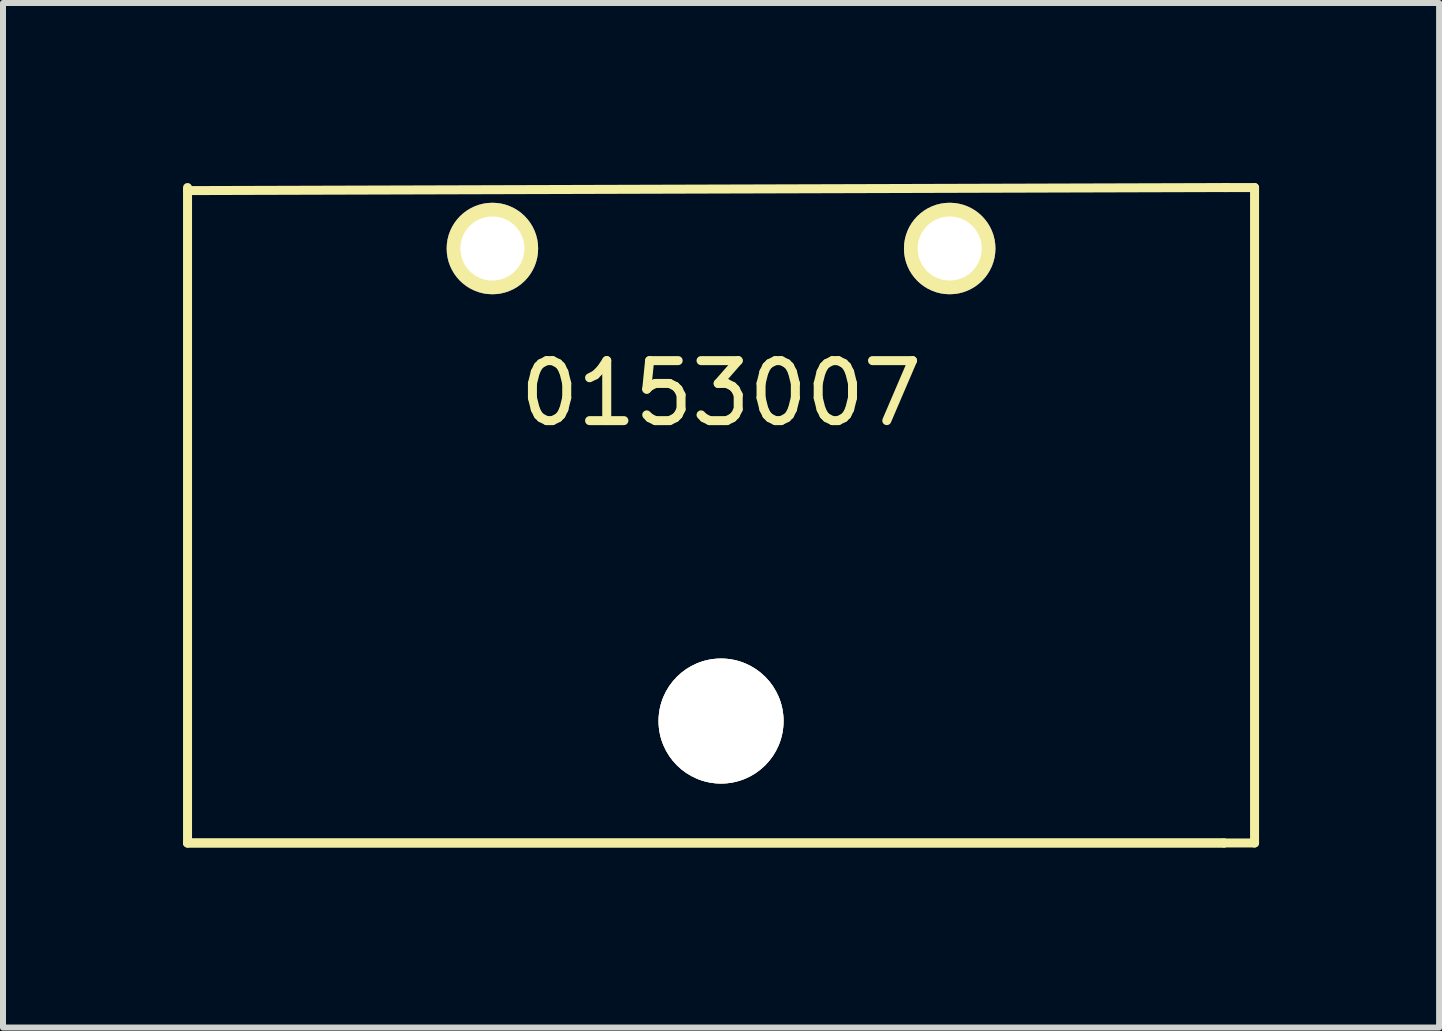
<source format=kicad_pcb>
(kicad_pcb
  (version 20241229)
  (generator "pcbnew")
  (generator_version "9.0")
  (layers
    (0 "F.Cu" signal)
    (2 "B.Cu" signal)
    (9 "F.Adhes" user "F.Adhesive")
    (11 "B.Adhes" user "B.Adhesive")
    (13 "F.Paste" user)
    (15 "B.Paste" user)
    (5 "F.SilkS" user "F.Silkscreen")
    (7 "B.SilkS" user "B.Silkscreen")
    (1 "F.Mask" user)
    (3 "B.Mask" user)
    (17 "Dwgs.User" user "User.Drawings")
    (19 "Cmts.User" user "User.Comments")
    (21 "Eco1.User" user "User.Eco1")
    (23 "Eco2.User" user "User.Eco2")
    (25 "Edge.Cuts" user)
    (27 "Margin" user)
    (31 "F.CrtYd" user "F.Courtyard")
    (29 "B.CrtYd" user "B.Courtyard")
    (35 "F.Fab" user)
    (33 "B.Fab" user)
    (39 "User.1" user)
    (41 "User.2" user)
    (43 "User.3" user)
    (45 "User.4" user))
  (footprint "0153007"
    (layer "F.Cu")
    (at 8.965 1.091)
    (property "Reference" "0153007" (at 0 2.413 0) (layer "F.SilkS") (effects (font (size 1 1) (thickness 0.15))))
    (attr through_hole)
    (fp_line (start -8.89 -0.965) (end 8.433 -1.016) (stroke (width 0.15) (type solid)) (layer "F.SilkS"))
    (fp_line (start -8.89 9.906) (end -8.89 -1.016) (stroke (width 0.15) (type solid)) (layer "F.SilkS"))
    (fp_line (start -8.89 9.906) (end 8.382 9.906) (stroke (width 0.15) (type solid)) (layer "F.SilkS"))
    (fp_line (start 8.382 9.906) (end -8.89 9.906) (stroke (width 0.15) (type solid)) (layer "F.SilkS"))
    (fp_line (start 8.89 -1.016) (end 8.382 -1.016) (stroke (width 0.15) (type solid)) (layer "F.SilkS"))
    (fp_line (start 8.89 -1.016) (end 8.89 9.906) (stroke (width 0.15) (type solid)) (layer "F.SilkS"))
    (fp_line (start 8.89 9.906) (end 8.382 9.906) (stroke (width 0.15) (type solid)) (layer "F.SilkS"))
    (pad "1" thru_hole circle (at -3.81 0) (size 1.524 1.524) (drill 1.067) (layers "*.Cu" "*.Mask" "F.SilkS"))
    (pad "2" thru_hole circle (at 3.81 0) (size 1.524 1.524) (drill 1.067) (layers "*.Cu" "*.Mask" "F.SilkS"))
    (pad "3" thru_hole circle (at 0 7.874) (size 2.083 2.083) (drill 2.083) (layers "*.Cu" "*.Mask" "F.SilkS")))
  (gr_rect
    (start -3 -3)
    (end 20.93 14.072)
    (stroke (width 0.1) (type default))
    (fill no)
    (layer "Edge.Cuts")))
</source>
